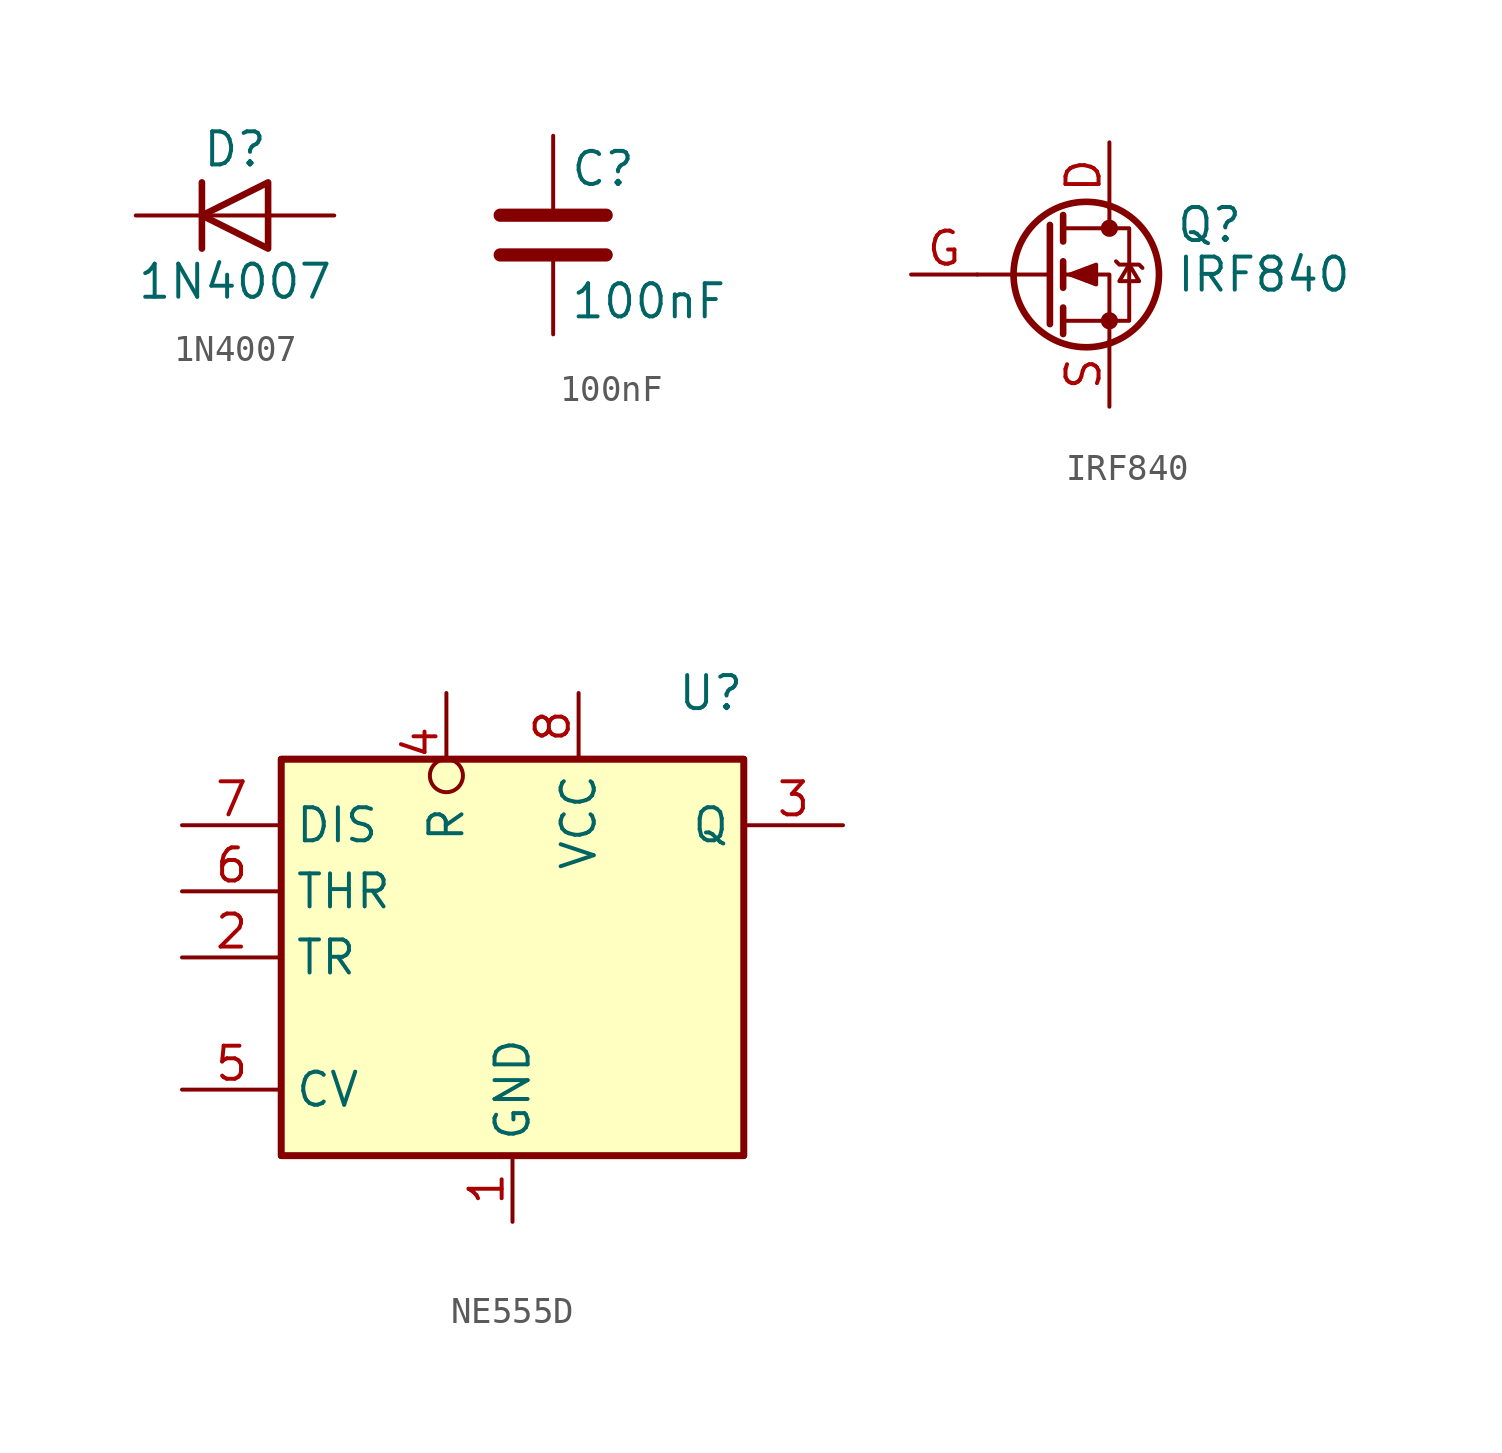
<source format=kicad_sym>
(kicad_symbol_lib
  (version 20220914)
  (generator kicad_symbol_editor)
  (symbol "1N4007"
    (pin_numbers hide)
    (pin_names hide)
    (property "Reference" "D"
      (at 0 2.54 0)
      (effects (font (size 1.27 1.27))))
    (property "Value" "1N4007"
      (at 0 -2.54 0)
      (effects (font (size 1.27 1.27))))
    (symbol "1N4007_0_1"
      (polyline (pts (xy -1.27 1.27) (xy -1.27 -1.27)) (stroke (width 0.254) (type default)) (fill (type none)))
      (polyline (pts (xy 1.27 0) (xy -1.27 0)) (stroke (width 0) (type default)) (fill (type none)))
      (polyline (pts (xy 1.27 1.27) (xy 1.27 -1.27) (xy -1.27 0) (xy 1.27 1.27)) (stroke (width 0.254) (type default)) (fill (type none))))
    (symbol "1N4007_1_1"
      (pin passive line (at 3.81 0 180) (length 2.54) (name "A" (effects (font (size 1.27 1.27)))) (number "A" (effects (font (size 1.27 1.27)))))
      (pin passive line (at -3.81 0 0) (length 2.54) (name "K" (effects (font (size 1.27 1.27)))) (number "K" (effects (font (size 1.27 1.27)))))))
  (symbol "100nF"
    (pin_numbers hide)
    (pin_names
      (offset 0.254))
    (property "Reference" "C"
      (at 0.635 2.54 0)
      (effects (font (size 1.27 1.27)) (justify left)))
    (property "Value" "100nF"
      (at 0.635 -2.54 0)
      (effects (font (size 1.27 1.27)) (justify left)))
    (symbol "100nF_0_1"
      (polyline (pts (xy -2.032 -0.762) (xy 2.032 -0.762)) (stroke (width 0.508) (type default)) (fill (type none)))
      (polyline (pts (xy -2.032 0.762) (xy 2.032 0.762)) (stroke (width 0.508) (type default)) (fill (type none))))
    (symbol "100nF_1_1"
      (pin passive line (at 0 3.81 270) (length 2.794) (name "~" (effects (font (size 1.27 1.27)))) (number "1" (effects (font (size 1.27 1.27)))))
      (pin passive line (at 0 -3.81 90) (length 2.794) (name "~" (effects (font (size 1.27 1.27)))) (number "2" (effects (font (size 1.27 1.27)))))))
  (symbol "IRF840"
    (pin_names hide)
    (property "Reference" "Q"
      (at 5.08 1.905 0)
      (effects (font (size 1.27 1.27)) (justify left)))
    (property "Value" "IRF840"
      (at 5.08 0 0)
      (effects (font (size 1.27 1.27)) (justify left)))
    (symbol "IRF840_0_1"
      (polyline (pts (xy 0.254 0) (xy -2.54 0)) (stroke (width 0) (type default)) (fill (type none)))
      (polyline (pts (xy 0.254 1.905) (xy 0.254 -1.905)) (stroke (width 0.254) (type default)) (fill (type none)))
      (polyline (pts (xy 0.762 -1.27) (xy 0.762 -2.286)) (stroke (width 0.254) (type default)) (fill (type none)))
      (polyline (pts (xy 0.762 0.508) (xy 0.762 -0.508)) (stroke (width 0.254) (type default)) (fill (type none)))
      (polyline (pts (xy 0.762 2.286) (xy 0.762 1.27)) (stroke (width 0.254) (type default)) (fill (type none)))
      (polyline (pts (xy 2.54 2.54) (xy 2.54 1.778)) (stroke (width 0) (type default)) (fill (type none)))
      (polyline (pts (xy 2.54 -2.54) (xy 2.54 0) (xy 0.762 0)) (stroke (width 0) (type default)) (fill (type none)))
      (polyline (pts (xy 0.762 -1.778) (xy 3.302 -1.778) (xy 3.302 1.778) (xy 0.762 1.778)) (stroke (width 0) (type default)) (fill (type none)))
      (polyline (pts (xy 1.016 0) (xy 2.032 0.381) (xy 2.032 -0.381) (xy 1.016 0)) (stroke (width 0) (type default)) (fill (type outline)))
      (polyline (pts (xy 2.794 0.508) (xy 2.921 0.381) (xy 3.683 0.381) (xy 3.81 0.254)) (stroke (width 0) (type default)) (fill (type none)))
      (polyline (pts (xy 3.302 0.381) (xy 2.921 -0.254) (xy 3.683 -0.254) (xy 3.302 0.381)) (stroke (width 0) (type default)) (fill (type none)))
      (circle (center 1.651 0) (radius 2.794) (stroke (width 0.254) (type default)) (fill (type none)))
      (circle (center 2.54 -1.778) (radius 0.254) (stroke (width 0) (type default)) (fill (type outline)))
      (circle (center 2.54 1.778) (radius 0.254) (stroke (width 0) (type default)) (fill (type outline))))
    (symbol "IRF840_1_1"
      (pin passive line (at 2.54 5.08 270) (length 2.54) (name "D" (effects (font (size 1.27 1.27)))) (number "D" (effects (font (size 1.27 1.27)))))
      (pin input line (at -5.08 0 0) (length 2.54) (name "G" (effects (font (size 1.27 1.27)))) (number "G" (effects (font (size 1.27 1.27)))))
      (pin passive line (at 2.54 -5.08 90) (length 2.54) (name "S" (effects (font (size 1.27 1.27)))) (number "S" (effects (font (size 1.27 1.27)))))))
  (symbol "NE555D"
    (property "Reference" "U"
      (at 7.62 10.16 0)
      (effects (font (size 1.27 1.27))))
    (property "Value" ""
      (at 0 0 0)
      (effects (font (size 1.27 1.27))))
    (symbol "NE555D_0_0"
      (pin power_in line (at 0 -10.16 90) (length 2.54) (name "GND" (effects (font (size 1.27 1.27)))) (number "1" (effects (font (size 1.27 1.27)))))
      (pin power_in line (at 2.54 10.16 270) (length 2.54) (name "VCC" (effects (font (size 1.27 1.27)))) (number "8" (effects (font (size 1.27 1.27))))))
    (symbol "NE555D_0_1"
      (rectangle (start -8.89 -7.62) (end 8.89 7.62) (stroke (width 0.254) (type default)) (fill (type background)))
      (rectangle (start -8.89 7.62) (end 8.89 -7.62) (stroke (width 0.254) (type default)) (fill (type background))))
    (symbol "NE555D_1_1"
      (pin input line (at -12.7 0 0) (length 3.81) (name "TR" (effects (font (size 1.27 1.27)))) (number "2" (effects (font (size 1.27 1.27)))))
      (pin output line (at 12.7 5.08 180) (length 3.81) (name "Q" (effects (font (size 1.27 1.27)))) (number "3" (effects (font (size 1.27 1.27)))))
      (pin input inverted (at -2.54 10.16 270) (length 3.81) (name "R" (effects (font (size 1.27 1.27)))) (number "4" (effects (font (size 1.27 1.27)))))
      (pin input line (at -12.7 -5.08 0) (length 3.81) (name "CV" (effects (font (size 1.27 1.27)))) (number "5" (effects (font (size 1.27 1.27)))))
      (pin input line (at -12.7 2.54 0) (length 3.81) (name "THR" (effects (font (size 1.27 1.27)))) (number "6" (effects (font (size 1.27 1.27)))))
      (pin input line (at -12.7 5.08 0) (length 3.81) (name "DIS" (effects (font (size 1.27 1.27)))) (number "7" (effects (font (size 1.27 1.27))))))))
</source>
